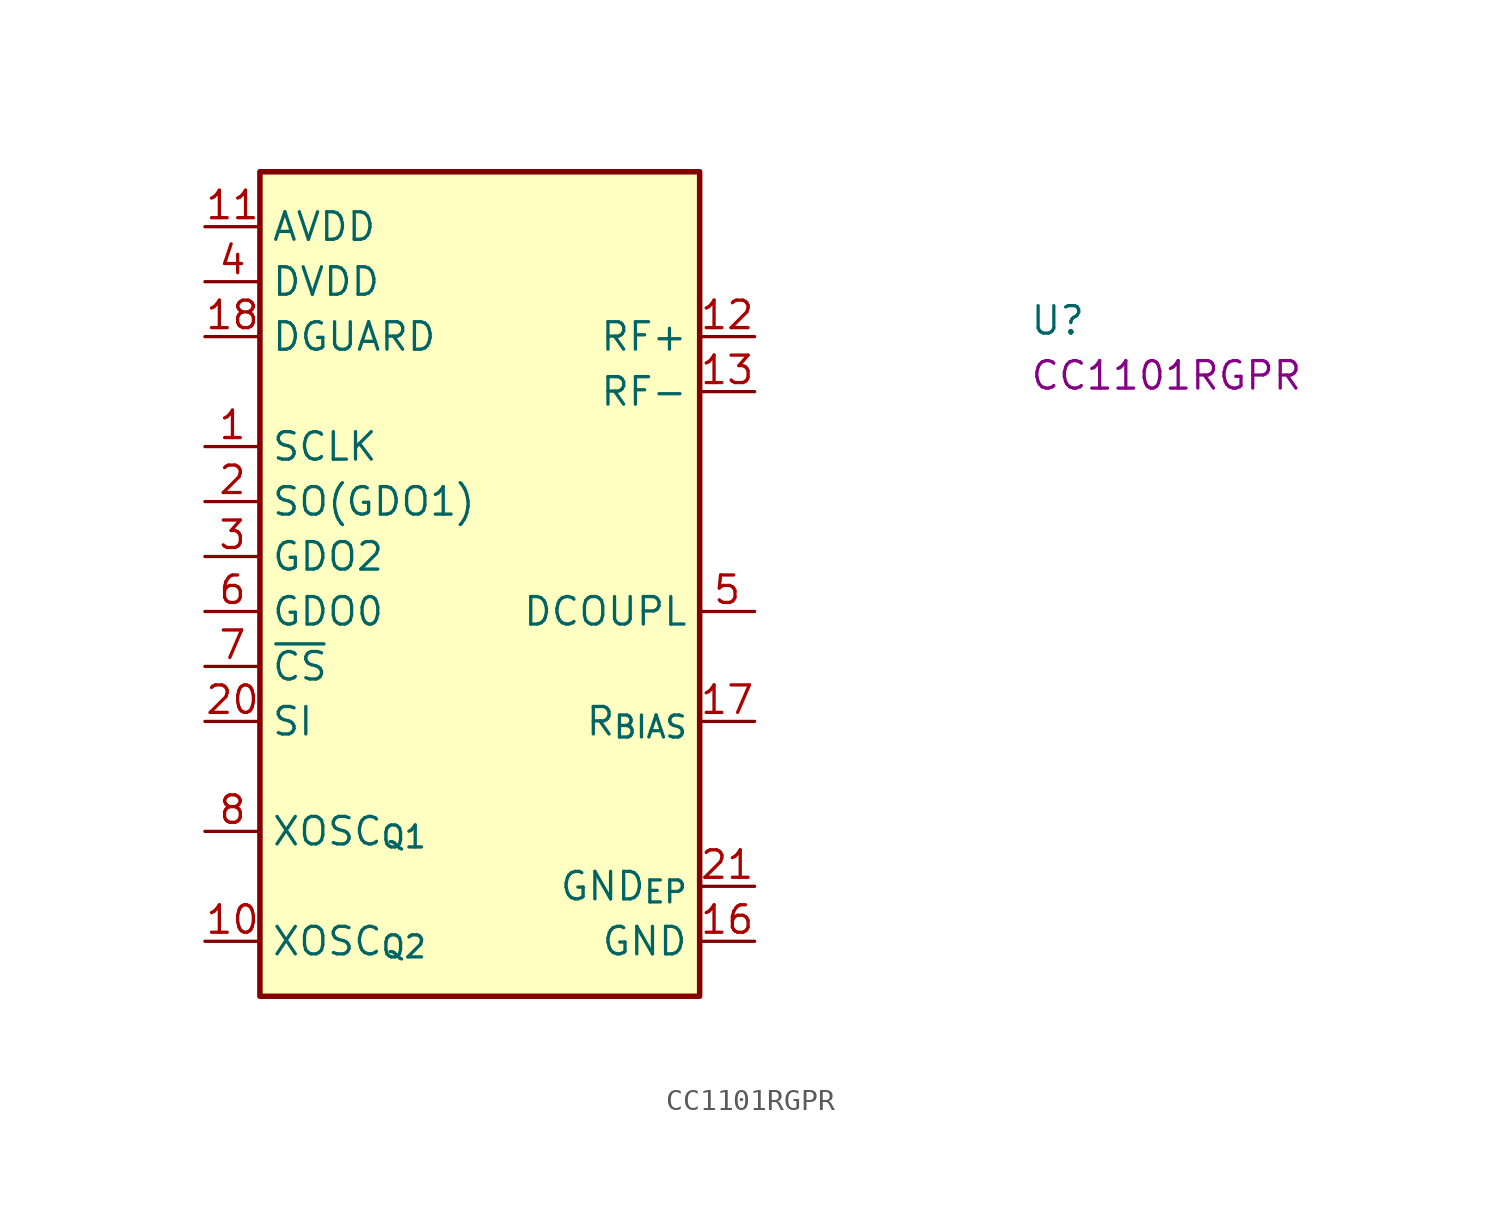
<source format=kicad_sym>
(kicad_symbol_lib
  (version 20220914)
  (generator kicad_symbol_editor)
  (symbol "CC1101RGPR"
    (property "Reference" "U"
      (at 38.1 -5.08 0)
      (effects (font (size 1.27 1.27) (thickness 0.15)) (justify left bottom)))
    (property "MPN" "CC1101RGPR"
      (at 38.1 -7.62 0)
      (effects (font (size 1.27 1.27) (thickness 0.15)) (justify left bottom)))
    (symbol "CC1101RGPR_1_1"
      (rectangle (start 2.54 2.54) (end 22.86 -35.56) (stroke (width 0.254) (type default)) (fill (type background)))
      (pin input line (at 0 -10.16 0) (length 2.54) (name "SCLK" (effects (font (size 1.27 1.27)))) (number "1" (effects (font (size 1.27 1.27)))))
      (pin bidirectional line (at 0 -33.02 0) (length 2.54) (name "XOSC_{Q2}" (effects (font (size 1.27 1.27)))) (number "10" (effects (font (size 1.27 1.27)))))
      (pin power_in line (at 0 0 0) (length 2.54) (name "AVDD" (effects (font (size 1.27 1.27)))) (number "11" (effects (font (size 1.27 1.27)))))
      (pin bidirectional line (at 25.4 -5.08 180) (length 2.54) (name "RF+" (effects (font (size 1.27 1.27)))) (number "12" (effects (font (size 1.27 1.27)))))
      (pin bidirectional line (at 25.4 -7.62 180) (length 2.54) (name "RF-" (effects (font (size 1.27 1.27)))) (number "13" (effects (font (size 1.27 1.27)))))
      (pin passive line (at 0 0 0) (length 2.54) hide (name "AVDD" (effects (font (size 1.27 1.27)))) (number "14" (effects (font (size 1.27 1.27)))))
      (pin passive line (at 0 0 0) (length 2.54) hide (name "AVDD" (effects (font (size 1.27 1.27)))) (number "15" (effects (font (size 1.27 1.27)))))
      (pin power_in line (at 25.4 -33.02 180) (length 2.54) (name "GND" (effects (font (size 1.27 1.27)))) (number "16" (effects (font (size 1.27 1.27)))))
      (pin passive line (at 25.4 -22.86 180) (length 2.54) (name "R_{BIAS}" (effects (font (size 1.27 1.27)))) (number "17" (effects (font (size 1.27 1.27)))))
      (pin power_in line (at 0 -5.08 0) (length 2.54) (name "DGUARD" (effects (font (size 1.27 1.27)))) (number "18" (effects (font (size 1.27 1.27)))))
      (pin passive line (at 25.4 -33.02 180) (length 2.54) hide (name "GND" (effects (font (size 1.27 1.27)))) (number "19" (effects (font (size 1.27 1.27)))))
      (pin output line (at 0 -12.7 0) (length 2.54) (name "SO(GDO1)" (effects (font (size 1.27 1.27)))) (number "2" (effects (font (size 1.27 1.27)))))
      (pin input line (at 0 -22.86 0) (length 2.54) (name "SI" (effects (font (size 1.27 1.27)))) (number "20" (effects (font (size 1.27 1.27)))))
      (pin power_in line (at 25.4 -30.48 180) (length 2.54) (name "GND_{EP}" (effects (font (size 1.27 1.27)))) (number "21" (effects (font (size 1.27 1.27)))))
      (pin output line (at 0 -15.24 0) (length 2.54) (name "GDO2" (effects (font (size 1.27 1.27)))) (number "3" (effects (font (size 1.27 1.27)))))
      (pin power_in line (at 0 -2.54 0) (length 2.54) (name "DVDD" (effects (font (size 1.27 1.27)))) (number "4" (effects (font (size 1.27 1.27)))))
      (pin passive line (at 25.4 -17.78 180) (length 2.54) (name "DCOUPL" (effects (font (size 1.27 1.27)))) (number "5" (effects (font (size 1.27 1.27)))))
      (pin bidirectional line (at 0 -17.78 0) (length 2.54) (name "GDO0" (effects (font (size 1.27 1.27)))) (number "6" (effects (font (size 1.27 1.27)))))
      (pin input line (at 0 -20.32 0) (length 2.54) (name "~{CS}" (effects (font (size 1.27 1.27)))) (number "7" (effects (font (size 1.27 1.27)))))
      (pin bidirectional line (at 0 -27.94 0) (length 2.54) (name "XOSC_{Q1}" (effects (font (size 1.27 1.27)))) (number "8" (effects (font (size 1.27 1.27)))))
      (pin passive line (at 0 0 0) (length 2.54) hide (name "AVDD" (effects (font (size 1.27 1.27)))) (number "9" (effects (font (size 1.27 1.27))))))))
</source>
